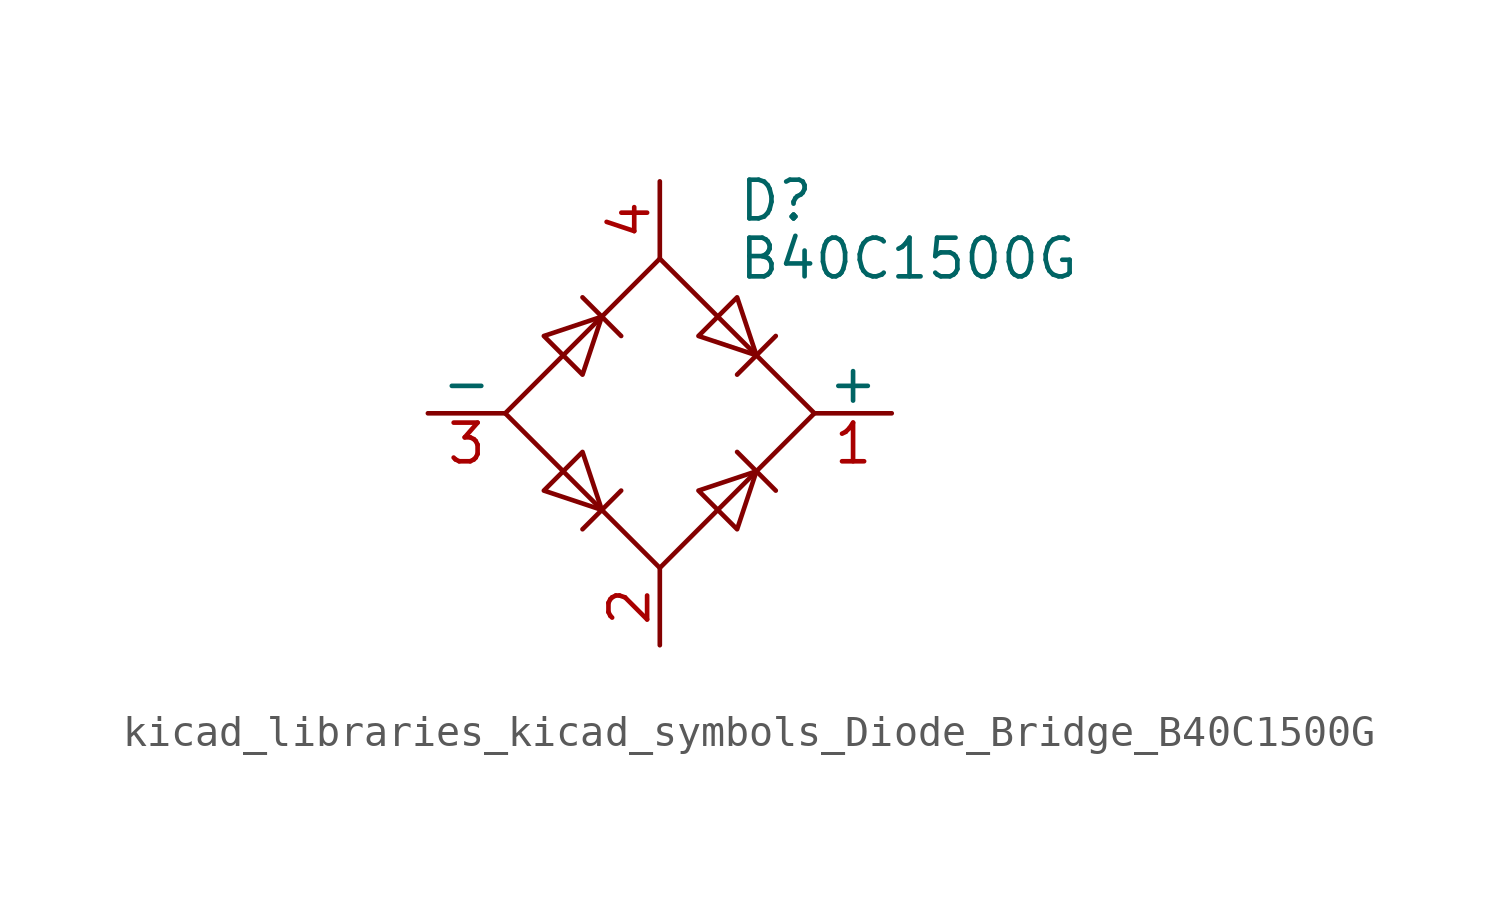
<source format=kicad_sym>
(kicad_symbol_lib
  (version 20220914)
  (generator kicad_symbol_editor)
  (symbol "kicad_libraries_kicad_symbols_Diode_Bridge_B40C1500G"
    (pin_names
      (offset 0))
    (property "Reference" "D"
      (at 2.54 6.985 0)
      (effects (font (size 1.27 1.27)) (justify left)))
    (property "Value" "B40C1500G"
      (at 2.54 5.08 0)
      (effects (font (size 1.27 1.27)) (justify left)))
    (symbol "kicad_libraries_kicad_symbols_Diode_Bridge_B40C1500G_0_1"
      (polyline (pts (xy -2.54 3.81) (xy -1.27 2.54)) (stroke (width 0) (type default)) (fill (type none)))
      (polyline (pts (xy -1.27 -2.54) (xy -2.54 -3.81)) (stroke (width 0) (type default)) (fill (type none)))
      (polyline (pts (xy 2.54 -1.27) (xy 3.81 -2.54)) (stroke (width 0) (type default)) (fill (type none)))
      (polyline (pts (xy 2.54 1.27) (xy 3.81 2.54)) (stroke (width 0) (type default)) (fill (type none)))
      (polyline (pts (xy -3.81 2.54) (xy -2.54 1.27) (xy -1.905 3.175) (xy -3.81 2.54)) (stroke (width 0) (type default)) (fill (type none)))
      (polyline (pts (xy -2.54 -1.27) (xy -3.81 -2.54) (xy -1.905 -3.175) (xy -2.54 -1.27)) (stroke (width 0) (type default)) (fill (type none)))
      (polyline (pts (xy 1.27 2.54) (xy 2.54 3.81) (xy 3.175 1.905) (xy 1.27 2.54)) (stroke (width 0) (type default)) (fill (type none)))
      (polyline (pts (xy 3.175 -1.905) (xy 1.27 -2.54) (xy 2.54 -3.81) (xy 3.175 -1.905)) (stroke (width 0) (type default)) (fill (type none)))
      (polyline (pts (xy -5.08 0) (xy 0 -5.08) (xy 5.08 0) (xy 0 5.08) (xy -5.08 0)) (stroke (width 0) (type default)) (fill (type none))))
    (symbol "kicad_libraries_kicad_symbols_Diode_Bridge_B40C1500G_1_1"
      (pin passive line (at 7.62 0 180) (length 2.54) (name "+" (effects (font (size 1.27 1.27)))) (number "1" (effects (font (size 1.27 1.27)))))
      (pin passive line (at 0 -7.62 90) (length 2.54) (name "~" (effects (font (size 1.27 1.27)))) (number "2" (effects (font (size 1.27 1.27)))))
      (pin passive line (at -7.62 0 0) (length 2.54) (name "-" (effects (font (size 1.27 1.27)))) (number "3" (effects (font (size 1.27 1.27)))))
      (pin passive line (at 0 7.62 270) (length 2.54) (name "~" (effects (font (size 1.27 1.27)))) (number "4" (effects (font (size 1.27 1.27))))))))
</source>
